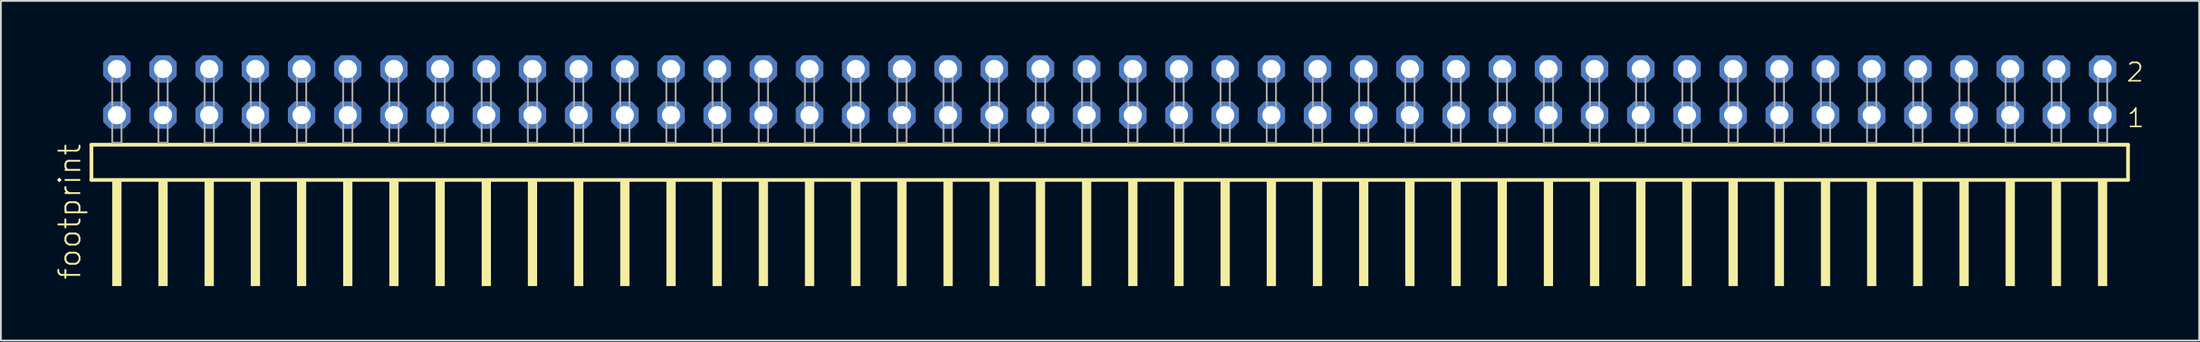
<source format=kicad_pcb>
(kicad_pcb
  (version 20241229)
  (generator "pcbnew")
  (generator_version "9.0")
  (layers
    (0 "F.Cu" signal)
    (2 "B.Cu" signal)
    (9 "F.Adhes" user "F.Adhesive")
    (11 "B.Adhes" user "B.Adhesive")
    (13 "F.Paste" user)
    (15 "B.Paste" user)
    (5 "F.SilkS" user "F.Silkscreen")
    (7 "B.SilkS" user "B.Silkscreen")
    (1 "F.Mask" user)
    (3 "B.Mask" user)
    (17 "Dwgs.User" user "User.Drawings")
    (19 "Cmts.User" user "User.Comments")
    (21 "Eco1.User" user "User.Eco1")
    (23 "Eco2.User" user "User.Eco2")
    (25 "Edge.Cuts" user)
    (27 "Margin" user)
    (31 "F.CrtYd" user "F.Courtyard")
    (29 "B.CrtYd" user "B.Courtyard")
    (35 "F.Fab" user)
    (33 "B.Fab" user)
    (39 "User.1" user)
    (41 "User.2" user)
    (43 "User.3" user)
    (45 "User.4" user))
  (footprint "footprint"
    (layer "F.Cu")
    (at 57.988 4.814)
    (property "Reference" "footprint" (at -56.515 7.62 90) (layer "F.SilkS") (effects (font (size 1.168 1.168) (thickness 0.102)) (justify left bottom)))
    (fp_line (start -56.009 0.106) (end -56.009 2.046) (stroke (width 0.203) (type solid)) (layer "F.SilkS"))
    (fp_line (start -56.009 2.046) (end 56.009 2.046) (stroke (width 0.203) (type solid)) (layer "F.SilkS"))
    (fp_line (start 56.009 0.106) (end -56.009 0.106) (stroke (width 0.203) (type solid)) (layer "F.SilkS"))
    (fp_line (start 56.009 2.046) (end 56.009 0.106) (stroke (width 0.203) (type solid)) (layer "F.SilkS"))
    (fp_poly (pts (xy -54.864 7.89) (xy -54.356 7.89) (xy -54.356 2.04) (xy -54.864 2.04)) (stroke (width 0) (type solid)) (fill yes) (layer "F.SilkS"))
    (fp_poly (pts (xy -52.324 7.89) (xy -51.816 7.89) (xy -51.816 2.04) (xy -52.324 2.04)) (stroke (width 0) (type solid)) (fill yes) (layer "F.SilkS"))
    (fp_poly (pts (xy -49.784 7.89) (xy -49.276 7.89) (xy -49.276 2.04) (xy -49.784 2.04)) (stroke (width 0) (type solid)) (fill yes) (layer "F.SilkS"))
    (fp_poly (pts (xy -47.244 7.89) (xy -46.736 7.89) (xy -46.736 2.04) (xy -47.244 2.04)) (stroke (width 0) (type solid)) (fill yes) (layer "F.SilkS"))
    (fp_poly (pts (xy -44.704 7.89) (xy -44.196 7.89) (xy -44.196 2.04) (xy -44.704 2.04)) (stroke (width 0) (type solid)) (fill yes) (layer "F.SilkS"))
    (fp_poly (pts (xy -42.164 7.89) (xy -41.656 7.89) (xy -41.656 2.04) (xy -42.164 2.04)) (stroke (width 0) (type solid)) (fill yes) (layer "F.SilkS"))
    (fp_poly (pts (xy -39.624 7.89) (xy -39.116 7.89) (xy -39.116 2.04) (xy -39.624 2.04)) (stroke (width 0) (type solid)) (fill yes) (layer "F.SilkS"))
    (fp_poly (pts (xy -37.084 7.89) (xy -36.576 7.89) (xy -36.576 2.04) (xy -37.084 2.04)) (stroke (width 0) (type solid)) (fill yes) (layer "F.SilkS"))
    (fp_poly (pts (xy -34.544 7.89) (xy -34.036 7.89) (xy -34.036 2.04) (xy -34.544 2.04)) (stroke (width 0) (type solid)) (fill yes) (layer "F.SilkS"))
    (fp_poly (pts (xy -32.004 7.89) (xy -31.496 7.89) (xy -31.496 2.04) (xy -32.004 2.04)) (stroke (width 0) (type solid)) (fill yes) (layer "F.SilkS"))
    (fp_poly (pts (xy -29.464 7.89) (xy -28.956 7.89) (xy -28.956 2.04) (xy -29.464 2.04)) (stroke (width 0) (type solid)) (fill yes) (layer "F.SilkS"))
    (fp_poly (pts (xy -26.924 7.89) (xy -26.416 7.89) (xy -26.416 2.04) (xy -26.924 2.04)) (stroke (width 0) (type solid)) (fill yes) (layer "F.SilkS"))
    (fp_poly (pts (xy -24.384 7.89) (xy -23.876 7.89) (xy -23.876 2.04) (xy -24.384 2.04)) (stroke (width 0) (type solid)) (fill yes) (layer "F.SilkS"))
    (fp_poly (pts (xy -21.844 7.89) (xy -21.336 7.89) (xy -21.336 2.04) (xy -21.844 2.04)) (stroke (width 0) (type solid)) (fill yes) (layer "F.SilkS"))
    (fp_poly (pts (xy -19.304 7.89) (xy -18.796 7.89) (xy -18.796 2.04) (xy -19.304 2.04)) (stroke (width 0) (type solid)) (fill yes) (layer "F.SilkS"))
    (fp_poly (pts (xy -16.764 7.89) (xy -16.256 7.89) (xy -16.256 2.04) (xy -16.764 2.04)) (stroke (width 0) (type solid)) (fill yes) (layer "F.SilkS"))
    (fp_poly (pts (xy -14.224 7.89) (xy -13.716 7.89) (xy -13.716 2.04) (xy -14.224 2.04)) (stroke (width 0) (type solid)) (fill yes) (layer "F.SilkS"))
    (fp_poly (pts (xy -11.684 7.89) (xy -11.176 7.89) (xy -11.176 2.04) (xy -11.684 2.04)) (stroke (width 0) (type solid)) (fill yes) (layer "F.SilkS"))
    (fp_poly (pts (xy -9.144 7.89) (xy -8.636 7.89) (xy -8.636 2.04) (xy -9.144 2.04)) (stroke (width 0) (type solid)) (fill yes) (layer "F.SilkS"))
    (fp_poly (pts (xy -6.604 7.89) (xy -6.096 7.89) (xy -6.096 2.04) (xy -6.604 2.04)) (stroke (width 0) (type solid)) (fill yes) (layer "F.SilkS"))
    (fp_poly (pts (xy -4.064 7.89) (xy -3.556 7.89) (xy -3.556 2.04) (xy -4.064 2.04)) (stroke (width 0) (type solid)) (fill yes) (layer "F.SilkS"))
    (fp_poly (pts (xy -1.524 7.89) (xy -1.016 7.89) (xy -1.016 2.04) (xy -1.524 2.04)) (stroke (width 0) (type solid)) (fill yes) (layer "F.SilkS"))
    (fp_poly (pts (xy 1.016 7.89) (xy 1.524 7.89) (xy 1.524 2.04) (xy 1.016 2.04)) (stroke (width 0) (type solid)) (fill yes) (layer "F.SilkS"))
    (fp_poly (pts (xy 3.556 7.89) (xy 4.064 7.89) (xy 4.064 2.04) (xy 3.556 2.04)) (stroke (width 0) (type solid)) (fill yes) (layer "F.SilkS"))
    (fp_poly (pts (xy 6.096 7.89) (xy 6.604 7.89) (xy 6.604 2.04) (xy 6.096 2.04)) (stroke (width 0) (type solid)) (fill yes) (layer "F.SilkS"))
    (fp_poly (pts (xy 8.636 7.89) (xy 9.144 7.89) (xy 9.144 2.04) (xy 8.636 2.04)) (stroke (width 0) (type solid)) (fill yes) (layer "F.SilkS"))
    (fp_poly (pts (xy 11.176 7.89) (xy 11.684 7.89) (xy 11.684 2.04) (xy 11.176 2.04)) (stroke (width 0) (type solid)) (fill yes) (layer "F.SilkS"))
    (fp_poly (pts (xy 13.716 7.89) (xy 14.224 7.89) (xy 14.224 2.04) (xy 13.716 2.04)) (stroke (width 0) (type solid)) (fill yes) (layer "F.SilkS"))
    (fp_poly (pts (xy 16.256 7.89) (xy 16.764 7.89) (xy 16.764 2.04) (xy 16.256 2.04)) (stroke (width 0) (type solid)) (fill yes) (layer "F.SilkS"))
    (fp_poly (pts (xy 18.796 7.89) (xy 19.304 7.89) (xy 19.304 2.04) (xy 18.796 2.04)) (stroke (width 0) (type solid)) (fill yes) (layer "F.SilkS"))
    (fp_poly (pts (xy 21.336 7.89) (xy 21.844 7.89) (xy 21.844 2.04) (xy 21.336 2.04)) (stroke (width 0) (type solid)) (fill yes) (layer "F.SilkS"))
    (fp_poly (pts (xy 23.876 7.89) (xy 24.384 7.89) (xy 24.384 2.04) (xy 23.876 2.04)) (stroke (width 0) (type solid)) (fill yes) (layer "F.SilkS"))
    (fp_poly (pts (xy 26.416 7.89) (xy 26.924 7.89) (xy 26.924 2.04) (xy 26.416 2.04)) (stroke (width 0) (type solid)) (fill yes) (layer "F.SilkS"))
    (fp_poly (pts (xy 28.956 7.89) (xy 29.464 7.89) (xy 29.464 2.04) (xy 28.956 2.04)) (stroke (width 0) (type solid)) (fill yes) (layer "F.SilkS"))
    (fp_poly (pts (xy 31.496 7.89) (xy 32.004 7.89) (xy 32.004 2.04) (xy 31.496 2.04)) (stroke (width 0) (type solid)) (fill yes) (layer "F.SilkS"))
    (fp_poly (pts (xy 34.036 7.89) (xy 34.544 7.89) (xy 34.544 2.04) (xy 34.036 2.04)) (stroke (width 0) (type solid)) (fill yes) (layer "F.SilkS"))
    (fp_poly (pts (xy 36.576 7.89) (xy 37.084 7.89) (xy 37.084 2.04) (xy 36.576 2.04)) (stroke (width 0) (type solid)) (fill yes) (layer "F.SilkS"))
    (fp_poly (pts (xy 39.116 7.89) (xy 39.624 7.89) (xy 39.624 2.04) (xy 39.116 2.04)) (stroke (width 0) (type solid)) (fill yes) (layer "F.SilkS"))
    (fp_poly (pts (xy 41.656 7.89) (xy 42.164 7.89) (xy 42.164 2.04) (xy 41.656 2.04)) (stroke (width 0) (type solid)) (fill yes) (layer "F.SilkS"))
    (fp_poly (pts (xy 44.196 7.89) (xy 44.704 7.89) (xy 44.704 2.04) (xy 44.196 2.04)) (stroke (width 0) (type solid)) (fill yes) (layer "F.SilkS"))
    (fp_poly (pts (xy 46.736 7.89) (xy 47.244 7.89) (xy 47.244 2.04) (xy 46.736 2.04)) (stroke (width 0) (type solid)) (fill yes) (layer "F.SilkS"))
    (fp_poly (pts (xy 49.276 7.89) (xy 49.784 7.89) (xy 49.784 2.04) (xy 49.276 2.04)) (stroke (width 0) (type solid)) (fill yes) (layer "F.SilkS"))
    (fp_poly (pts (xy 51.816 7.89) (xy 52.324 7.89) (xy 52.324 2.04) (xy 51.816 2.04)) (stroke (width 0) (type solid)) (fill yes) (layer "F.SilkS"))
    (fp_poly (pts (xy 54.356 7.89) (xy 54.864 7.89) (xy 54.864 2.04) (xy 54.356 2.04)) (stroke (width 0) (type solid)) (fill yes) (layer "F.SilkS"))
    (fp_poly (pts (xy -54.864 0) (xy -54.356 0) (xy -54.356 -4.318) (xy -54.864 -4.318)) (stroke (width 0.1) (type solid)) (fill no) (layer "F.Fab"))
    (fp_poly (pts (xy -52.324 0) (xy -51.816 0) (xy -51.816 -4.318) (xy -52.324 -4.318)) (stroke (width 0.1) (type solid)) (fill no) (layer "F.Fab"))
    (fp_poly (pts (xy -49.784 0) (xy -49.276 0) (xy -49.276 -4.318) (xy -49.784 -4.318)) (stroke (width 0.1) (type solid)) (fill no) (layer "F.Fab"))
    (fp_poly (pts (xy -47.244 0) (xy -46.736 0) (xy -46.736 -4.318) (xy -47.244 -4.318)) (stroke (width 0.1) (type solid)) (fill no) (layer "F.Fab"))
    (fp_poly (pts (xy -44.704 0) (xy -44.196 0) (xy -44.196 -4.318) (xy -44.704 -4.318)) (stroke (width 0.1) (type solid)) (fill no) (layer "F.Fab"))
    (fp_poly (pts (xy -42.164 0) (xy -41.656 0) (xy -41.656 -4.318) (xy -42.164 -4.318)) (stroke (width 0.1) (type solid)) (fill no) (layer "F.Fab"))
    (fp_poly (pts (xy -39.624 0) (xy -39.116 0) (xy -39.116 -4.318) (xy -39.624 -4.318)) (stroke (width 0.1) (type solid)) (fill no) (layer "F.Fab"))
    (fp_poly (pts (xy -37.084 0) (xy -36.576 0) (xy -36.576 -4.318) (xy -37.084 -4.318)) (stroke (width 0.1) (type solid)) (fill no) (layer "F.Fab"))
    (fp_poly (pts (xy -34.544 0) (xy -34.036 0) (xy -34.036 -4.318) (xy -34.544 -4.318)) (stroke (width 0.1) (type solid)) (fill no) (layer "F.Fab"))
    (fp_poly (pts (xy -32.004 0) (xy -31.496 0) (xy -31.496 -4.318) (xy -32.004 -4.318)) (stroke (width 0.1) (type solid)) (fill no) (layer "F.Fab"))
    (fp_poly (pts (xy -29.464 0) (xy -28.956 0) (xy -28.956 -4.318) (xy -29.464 -4.318)) (stroke (width 0.1) (type solid)) (fill no) (layer "F.Fab"))
    (fp_poly (pts (xy -26.924 0) (xy -26.416 0) (xy -26.416 -4.318) (xy -26.924 -4.318)) (stroke (width 0.1) (type solid)) (fill no) (layer "F.Fab"))
    (fp_poly (pts (xy -24.384 0) (xy -23.876 0) (xy -23.876 -4.318) (xy -24.384 -4.318)) (stroke (width 0.1) (type solid)) (fill no) (layer "F.Fab"))
    (fp_poly (pts (xy -21.844 0) (xy -21.336 0) (xy -21.336 -4.318) (xy -21.844 -4.318)) (stroke (width 0.1) (type solid)) (fill no) (layer "F.Fab"))
    (fp_poly (pts (xy -19.304 0) (xy -18.796 0) (xy -18.796 -4.318) (xy -19.304 -4.318)) (stroke (width 0.1) (type solid)) (fill no) (layer "F.Fab"))
    (fp_poly (pts (xy -16.764 0) (xy -16.256 0) (xy -16.256 -4.318) (xy -16.764 -4.318)) (stroke (width 0.1) (type solid)) (fill no) (layer "F.Fab"))
    (fp_poly (pts (xy -14.224 0) (xy -13.716 0) (xy -13.716 -4.318) (xy -14.224 -4.318)) (stroke (width 0.1) (type solid)) (fill no) (layer "F.Fab"))
    (fp_poly (pts (xy -11.684 0) (xy -11.176 0) (xy -11.176 -4.318) (xy -11.684 -4.318)) (stroke (width 0.1) (type solid)) (fill no) (layer "F.Fab"))
    (fp_poly (pts (xy -9.144 0) (xy -8.636 0) (xy -8.636 -4.318) (xy -9.144 -4.318)) (stroke (width 0.1) (type solid)) (fill no) (layer "F.Fab"))
    (fp_poly (pts (xy -6.604 0) (xy -6.096 0) (xy -6.096 -4.318) (xy -6.604 -4.318)) (stroke (width 0.1) (type solid)) (fill no) (layer "F.Fab"))
    (fp_poly (pts (xy -4.064 0) (xy -3.556 0) (xy -3.556 -4.318) (xy -4.064 -4.318)) (stroke (width 0.1) (type solid)) (fill no) (layer "F.Fab"))
    (fp_poly (pts (xy -1.524 0) (xy -1.016 0) (xy -1.016 -4.318) (xy -1.524 -4.318)) (stroke (width 0.1) (type solid)) (fill no) (layer "F.Fab"))
    (fp_poly (pts (xy 1.016 0) (xy 1.524 0) (xy 1.524 -4.318) (xy 1.016 -4.318)) (stroke (width 0.1) (type solid)) (fill no) (layer "F.Fab"))
    (fp_poly (pts (xy 3.556 0) (xy 4.064 0) (xy 4.064 -4.318) (xy 3.556 -4.318)) (stroke (width 0.1) (type solid)) (fill no) (layer "F.Fab"))
    (fp_poly (pts (xy 6.096 0) (xy 6.604 0) (xy 6.604 -4.318) (xy 6.096 -4.318)) (stroke (width 0.1) (type solid)) (fill no) (layer "F.Fab"))
    (fp_poly (pts (xy 8.636 0) (xy 9.144 0) (xy 9.144 -4.318) (xy 8.636 -4.318)) (stroke (width 0.1) (type solid)) (fill no) (layer "F.Fab"))
    (fp_poly (pts (xy 11.176 0) (xy 11.684 0) (xy 11.684 -4.318) (xy 11.176 -4.318)) (stroke (width 0.1) (type solid)) (fill no) (layer "F.Fab"))
    (fp_poly (pts (xy 13.716 0) (xy 14.224 0) (xy 14.224 -4.318) (xy 13.716 -4.318)) (stroke (width 0.1) (type solid)) (fill no) (layer "F.Fab"))
    (fp_poly (pts (xy 16.256 0) (xy 16.764 0) (xy 16.764 -4.318) (xy 16.256 -4.318)) (stroke (width 0.1) (type solid)) (fill no) (layer "F.Fab"))
    (fp_poly (pts (xy 18.796 0) (xy 19.304 0) (xy 19.304 -4.318) (xy 18.796 -4.318)) (stroke (width 0.1) (type solid)) (fill no) (layer "F.Fab"))
    (fp_poly (pts (xy 21.336 0) (xy 21.844 0) (xy 21.844 -4.318) (xy 21.336 -4.318)) (stroke (width 0.1) (type solid)) (fill no) (layer "F.Fab"))
    (fp_poly (pts (xy 23.876 0) (xy 24.384 0) (xy 24.384 -4.318) (xy 23.876 -4.318)) (stroke (width 0.1) (type solid)) (fill no) (layer "F.Fab"))
    (fp_poly (pts (xy 26.416 0) (xy 26.924 0) (xy 26.924 -4.318) (xy 26.416 -4.318)) (stroke (width 0.1) (type solid)) (fill no) (layer "F.Fab"))
    (fp_poly (pts (xy 28.956 0) (xy 29.464 0) (xy 29.464 -4.318) (xy 28.956 -4.318)) (stroke (width 0.1) (type solid)) (fill no) (layer "F.Fab"))
    (fp_poly (pts (xy 31.496 0) (xy 32.004 0) (xy 32.004 -4.318) (xy 31.496 -4.318)) (stroke (width 0.1) (type solid)) (fill no) (layer "F.Fab"))
    (fp_poly (pts (xy 34.036 0) (xy 34.544 0) (xy 34.544 -4.318) (xy 34.036 -4.318)) (stroke (width 0.1) (type solid)) (fill no) (layer "F.Fab"))
    (fp_poly (pts (xy 36.576 0) (xy 37.084 0) (xy 37.084 -4.318) (xy 36.576 -4.318)) (stroke (width 0.1) (type solid)) (fill no) (layer "F.Fab"))
    (fp_poly (pts (xy 39.116 0) (xy 39.624 0) (xy 39.624 -4.318) (xy 39.116 -4.318)) (stroke (width 0.1) (type solid)) (fill no) (layer "F.Fab"))
    (fp_poly (pts (xy 41.656 0) (xy 42.164 0) (xy 42.164 -4.318) (xy 41.656 -4.318)) (stroke (width 0.1) (type solid)) (fill no) (layer "F.Fab"))
    (fp_poly (pts (xy 44.196 0) (xy 44.704 0) (xy 44.704 -4.318) (xy 44.196 -4.318)) (stroke (width 0.1) (type solid)) (fill no) (layer "F.Fab"))
    (fp_poly (pts (xy 46.736 0) (xy 47.244 0) (xy 47.244 -4.318) (xy 46.736 -4.318)) (stroke (width 0.1) (type solid)) (fill no) (layer "F.Fab"))
    (fp_poly (pts (xy 49.276 0) (xy 49.784 0) (xy 49.784 -4.318) (xy 49.276 -4.318)) (stroke (width 0.1) (type solid)) (fill no) (layer "F.Fab"))
    (fp_poly (pts (xy 51.816 0) (xy 52.324 0) (xy 52.324 -4.318) (xy 51.816 -4.318)) (stroke (width 0.1) (type solid)) (fill no) (layer "F.Fab"))
    (fp_poly (pts (xy 54.356 0) (xy 54.864 0) (xy 54.864 -4.318) (xy 54.356 -4.318)) (stroke (width 0.1) (type solid)) (fill no) (layer "F.Fab"))
    (fp_text user "1" (at 55.895 -0.775 0) (layer "F.SilkS") (effects (font (size 1.012 1.012) (thickness 0.088)) (justify left bottom)))
    (fp_text user "2" (at 55.86 -3.29 0) (layer "F.SilkS") (effects (font (size 1.012 1.012) (thickness 0.088)) (justify left bottom)))
    (pad "1" thru_hole roundrect (at 54.61 -1.524 180) (size 1.5 1.5) (drill 1) (layers "*.Cu" "*.Mask") (roundrect_rratio 0.25) (chamfer_ratio 0.25) (chamfer top_left top_right bottom_left bottom_right))
    (pad "2" thru_hole roundrect (at 54.61 -4.064 180) (size 1.5 1.5) (drill 1) (layers "*.Cu" "*.Mask") (roundrect_rratio 0.25) (chamfer_ratio 0.25) (chamfer top_left top_right bottom_left bottom_right))
    (pad "3" thru_hole roundrect (at 52.07 -1.524 180) (size 1.5 1.5) (drill 1) (layers "*.Cu" "*.Mask") (roundrect_rratio 0.25) (chamfer_ratio 0.25) (chamfer top_left top_right bottom_left bottom_right))
    (pad "4" thru_hole roundrect (at 52.07 -4.064 180) (size 1.5 1.5) (drill 1) (layers "*.Cu" "*.Mask") (roundrect_rratio 0.25) (chamfer_ratio 0.25) (chamfer top_left top_right bottom_left bottom_right))
    (pad "5" thru_hole roundrect (at 49.53 -1.524 180) (size 1.5 1.5) (drill 1) (layers "*.Cu" "*.Mask") (roundrect_rratio 0.25) (chamfer_ratio 0.25) (chamfer top_left top_right bottom_left bottom_right))
    (pad "6" thru_hole roundrect (at 49.53 -4.064 180) (size 1.5 1.5) (drill 1) (layers "*.Cu" "*.Mask") (roundrect_rratio 0.25) (chamfer_ratio 0.25) (chamfer top_left top_right bottom_left bottom_right))
    (pad "7" thru_hole roundrect (at 46.99 -1.524 180) (size 1.5 1.5) (drill 1) (layers "*.Cu" "*.Mask") (roundrect_rratio 0.25) (chamfer_ratio 0.25) (chamfer top_left top_right bottom_left bottom_right))
    (pad "8" thru_hole roundrect (at 46.99 -4.064 180) (size 1.5 1.5) (drill 1) (layers "*.Cu" "*.Mask") (roundrect_rratio 0.25) (chamfer_ratio 0.25) (chamfer top_left top_right bottom_left bottom_right))
    (pad "9" thru_hole roundrect (at 44.45 -1.524 180) (size 1.5 1.5) (drill 1) (layers "*.Cu" "*.Mask") (roundrect_rratio 0.25) (chamfer_ratio 0.25) (chamfer top_left top_right bottom_left bottom_right))
    (pad "10" thru_hole roundrect (at 44.45 -4.064 180) (size 1.5 1.5) (drill 1) (layers "*.Cu" "*.Mask") (roundrect_rratio 0.25) (chamfer_ratio 0.25) (chamfer top_left top_right bottom_left bottom_right))
    (pad "11" thru_hole roundrect (at 41.91 -1.524 180) (size 1.5 1.5) (drill 1) (layers "*.Cu" "*.Mask") (roundrect_rratio 0.25) (chamfer_ratio 0.25) (chamfer top_left top_right bottom_left bottom_right))
    (pad "12" thru_hole roundrect (at 41.91 -4.064 180) (size 1.5 1.5) (drill 1) (layers "*.Cu" "*.Mask") (roundrect_rratio 0.25) (chamfer_ratio 0.25) (chamfer top_left top_right bottom_left bottom_right))
    (pad "13" thru_hole roundrect (at 39.37 -1.524 180) (size 1.5 1.5) (drill 1) (layers "*.Cu" "*.Mask") (roundrect_rratio 0.25) (chamfer_ratio 0.25) (chamfer top_left top_right bottom_left bottom_right))
    (pad "14" thru_hole roundrect (at 39.37 -4.064 180) (size 1.5 1.5) (drill 1) (layers "*.Cu" "*.Mask") (roundrect_rratio 0.25) (chamfer_ratio 0.25) (chamfer top_left top_right bottom_left bottom_right))
    (pad "15" thru_hole roundrect (at 36.83 -1.524 180) (size 1.5 1.5) (drill 1) (layers "*.Cu" "*.Mask") (roundrect_rratio 0.25) (chamfer_ratio 0.25) (chamfer top_left top_right bottom_left bottom_right))
    (pad "16" thru_hole roundrect (at 36.83 -4.064 180) (size 1.5 1.5) (drill 1) (layers "*.Cu" "*.Mask") (roundrect_rratio 0.25) (chamfer_ratio 0.25) (chamfer top_left top_right bottom_left bottom_right))
    (pad "17" thru_hole roundrect (at 34.29 -1.524 180) (size 1.5 1.5) (drill 1) (layers "*.Cu" "*.Mask") (roundrect_rratio 0.25) (chamfer_ratio 0.25) (chamfer top_left top_right bottom_left bottom_right))
    (pad "18" thru_hole roundrect (at 34.29 -4.064 180) (size 1.5 1.5) (drill 1) (layers "*.Cu" "*.Mask") (roundrect_rratio 0.25) (chamfer_ratio 0.25) (chamfer top_left top_right bottom_left bottom_right))
    (pad "19" thru_hole roundrect (at 31.75 -1.524 180) (size 1.5 1.5) (drill 1) (layers "*.Cu" "*.Mask") (roundrect_rratio 0.25) (chamfer_ratio 0.25) (chamfer top_left top_right bottom_left bottom_right))
    (pad "20" thru_hole roundrect (at 31.75 -4.064 180) (size 1.5 1.5) (drill 1) (layers "*.Cu" "*.Mask") (roundrect_rratio 0.25) (chamfer_ratio 0.25) (chamfer top_left top_right bottom_left bottom_right))
    (pad "21" thru_hole roundrect (at 29.21 -1.524 180) (size 1.5 1.5) (drill 1) (layers "*.Cu" "*.Mask") (roundrect_rratio 0.25) (chamfer_ratio 0.25) (chamfer top_left top_right bottom_left bottom_right))
    (pad "22" thru_hole roundrect (at 29.21 -4.064 180) (size 1.5 1.5) (drill 1) (layers "*.Cu" "*.Mask") (roundrect_rratio 0.25) (chamfer_ratio 0.25) (chamfer top_left top_right bottom_left bottom_right))
    (pad "23" thru_hole roundrect (at 26.67 -1.524 180) (size 1.5 1.5) (drill 1) (layers "*.Cu" "*.Mask") (roundrect_rratio 0.25) (chamfer_ratio 0.25) (chamfer top_left top_right bottom_left bottom_right))
    (pad "24" thru_hole roundrect (at 26.67 -4.064 180) (size 1.5 1.5) (drill 1) (layers "*.Cu" "*.Mask") (roundrect_rratio 0.25) (chamfer_ratio 0.25) (chamfer top_left top_right bottom_left bottom_right))
    (pad "25" thru_hole roundrect (at 24.13 -1.524 180) (size 1.5 1.5) (drill 1) (layers "*.Cu" "*.Mask") (roundrect_rratio 0.25) (chamfer_ratio 0.25) (chamfer top_left top_right bottom_left bottom_right))
    (pad "26" thru_hole roundrect (at 24.13 -4.064 180) (size 1.5 1.5) (drill 1) (layers "*.Cu" "*.Mask") (roundrect_rratio 0.25) (chamfer_ratio 0.25) (chamfer top_left top_right bottom_left bottom_right))
    (pad "27" thru_hole roundrect (at 21.59 -1.524 180) (size 1.5 1.5) (drill 1) (layers "*.Cu" "*.Mask") (roundrect_rratio 0.25) (chamfer_ratio 0.25) (chamfer top_left top_right bottom_left bottom_right))
    (pad "28" thru_hole roundrect (at 21.59 -4.064 180) (size 1.5 1.5) (drill 1) (layers "*.Cu" "*.Mask") (roundrect_rratio 0.25) (chamfer_ratio 0.25) (chamfer top_left top_right bottom_left bottom_right))
    (pad "29" thru_hole roundrect (at 19.05 -1.524 180) (size 1.5 1.5) (drill 1) (layers "*.Cu" "*.Mask") (roundrect_rratio 0.25) (chamfer_ratio 0.25) (chamfer top_left top_right bottom_left bottom_right))
    (pad "30" thru_hole roundrect (at 19.05 -4.064 180) (size 1.5 1.5) (drill 1) (layers "*.Cu" "*.Mask") (roundrect_rratio 0.25) (chamfer_ratio 0.25) (chamfer top_left top_right bottom_left bottom_right))
    (pad "31" thru_hole roundrect (at 16.51 -1.524 180) (size 1.5 1.5) (drill 1) (layers "*.Cu" "*.Mask") (roundrect_rratio 0.25) (chamfer_ratio 0.25) (chamfer top_left top_right bottom_left bottom_right))
    (pad "32" thru_hole roundrect (at 16.51 -4.064 180) (size 1.5 1.5) (drill 1) (layers "*.Cu" "*.Mask") (roundrect_rratio 0.25) (chamfer_ratio 0.25) (chamfer top_left top_right bottom_left bottom_right))
    (pad "33" thru_hole roundrect (at 13.97 -1.524 180) (size 1.5 1.5) (drill 1) (layers "*.Cu" "*.Mask") (roundrect_rratio 0.25) (chamfer_ratio 0.25) (chamfer top_left top_right bottom_left bottom_right))
    (pad "34" thru_hole roundrect (at 13.97 -4.064 180) (size 1.5 1.5) (drill 1) (layers "*.Cu" "*.Mask") (roundrect_rratio 0.25) (chamfer_ratio 0.25) (chamfer top_left top_right bottom_left bottom_right))
    (pad "35" thru_hole roundrect (at 11.43 -1.524 180) (size 1.5 1.5) (drill 1) (layers "*.Cu" "*.Mask") (roundrect_rratio 0.25) (chamfer_ratio 0.25) (chamfer top_left top_right bottom_left bottom_right))
    (pad "36" thru_hole roundrect (at 11.43 -4.064 180) (size 1.5 1.5) (drill 1) (layers "*.Cu" "*.Mask") (roundrect_rratio 0.25) (chamfer_ratio 0.25) (chamfer top_left top_right bottom_left bottom_right))
    (pad "37" thru_hole roundrect (at 8.89 -1.524 180) (size 1.5 1.5) (drill 1) (layers "*.Cu" "*.Mask") (roundrect_rratio 0.25) (chamfer_ratio 0.25) (chamfer top_left top_right bottom_left bottom_right))
    (pad "38" thru_hole roundrect (at 8.89 -4.064 180) (size 1.5 1.5) (drill 1) (layers "*.Cu" "*.Mask") (roundrect_rratio 0.25) (chamfer_ratio 0.25) (chamfer top_left top_right bottom_left bottom_right))
    (pad "39" thru_hole roundrect (at 6.35 -1.524 180) (size 1.5 1.5) (drill 1) (layers "*.Cu" "*.Mask") (roundrect_rratio 0.25) (chamfer_ratio 0.25) (chamfer top_left top_right bottom_left bottom_right))
    (pad "40" thru_hole roundrect (at 6.35 -4.064 180) (size 1.5 1.5) (drill 1) (layers "*.Cu" "*.Mask") (roundrect_rratio 0.25) (chamfer_ratio 0.25) (chamfer top_left top_right bottom_left bottom_right))
    (pad "41" thru_hole roundrect (at 3.81 -1.524 180) (size 1.5 1.5) (drill 1) (layers "*.Cu" "*.Mask") (roundrect_rratio 0.25) (chamfer_ratio 0.25) (chamfer top_left top_right bottom_left bottom_right))
    (pad "42" thru_hole roundrect (at 3.81 -4.064 180) (size 1.5 1.5) (drill 1) (layers "*.Cu" "*.Mask") (roundrect_rratio 0.25) (chamfer_ratio 0.25) (chamfer top_left top_right bottom_left bottom_right))
    (pad "43" thru_hole roundrect (at 1.27 -1.524 180) (size 1.5 1.5) (drill 1) (layers "*.Cu" "*.Mask") (roundrect_rratio 0.25) (chamfer_ratio 0.25) (chamfer top_left top_right bottom_left bottom_right))
    (pad "44" thru_hole roundrect (at 1.27 -4.064 180) (size 1.5 1.5) (drill 1) (layers "*.Cu" "*.Mask") (roundrect_rratio 0.25) (chamfer_ratio 0.25) (chamfer top_left top_right bottom_left bottom_right))
    (pad "45" thru_hole roundrect (at -1.27 -1.524 180) (size 1.5 1.5) (drill 1) (layers "*.Cu" "*.Mask") (roundrect_rratio 0.25) (chamfer_ratio 0.25) (chamfer top_left top_right bottom_left bottom_right))
    (pad "46" thru_hole roundrect (at -1.27 -4.064 180) (size 1.5 1.5) (drill 1) (layers "*.Cu" "*.Mask") (roundrect_rratio 0.25) (chamfer_ratio 0.25) (chamfer top_left top_right bottom_left bottom_right))
    (pad "47" thru_hole roundrect (at -3.81 -1.524 180) (size 1.5 1.5) (drill 1) (layers "*.Cu" "*.Mask") (roundrect_rratio 0.25) (chamfer_ratio 0.25) (chamfer top_left top_right bottom_left bottom_right))
    (pad "48" thru_hole roundrect (at -3.81 -4.064 180) (size 1.5 1.5) (drill 1) (layers "*.Cu" "*.Mask") (roundrect_rratio 0.25) (chamfer_ratio 0.25) (chamfer top_left top_right bottom_left bottom_right))
    (pad "49" thru_hole roundrect (at -6.35 -1.524 180) (size 1.5 1.5) (drill 1) (layers "*.Cu" "*.Mask") (roundrect_rratio 0.25) (chamfer_ratio 0.25) (chamfer top_left top_right bottom_left bottom_right))
    (pad "50" thru_hole roundrect (at -6.35 -4.064 180) (size 1.5 1.5) (drill 1) (layers "*.Cu" "*.Mask") (roundrect_rratio 0.25) (chamfer_ratio 0.25) (chamfer top_left top_right bottom_left bottom_right))
    (pad "51" thru_hole roundrect (at -8.89 -1.524 180) (size 1.5 1.5) (drill 1) (layers "*.Cu" "*.Mask") (roundrect_rratio 0.25) (chamfer_ratio 0.25) (chamfer top_left top_right bottom_left bottom_right))
    (pad "52" thru_hole roundrect (at -8.89 -4.064 180) (size 1.5 1.5) (drill 1) (layers "*.Cu" "*.Mask") (roundrect_rratio 0.25) (chamfer_ratio 0.25) (chamfer top_left top_right bottom_left bottom_right))
    (pad "53" thru_hole roundrect (at -11.43 -1.524 180) (size 1.5 1.5) (drill 1) (layers "*.Cu" "*.Mask") (roundrect_rratio 0.25) (chamfer_ratio 0.25) (chamfer top_left top_right bottom_left bottom_right))
    (pad "54" thru_hole roundrect (at -11.43 -4.064 180) (size 1.5 1.5) (drill 1) (layers "*.Cu" "*.Mask") (roundrect_rratio 0.25) (chamfer_ratio 0.25) (chamfer top_left top_right bottom_left bottom_right))
    (pad "55" thru_hole roundrect (at -13.97 -1.524 180) (size 1.5 1.5) (drill 1) (layers "*.Cu" "*.Mask") (roundrect_rratio 0.25) (chamfer_ratio 0.25) (chamfer top_left top_right bottom_left bottom_right))
    (pad "56" thru_hole roundrect (at -13.97 -4.064 180) (size 1.5 1.5) (drill 1) (layers "*.Cu" "*.Mask") (roundrect_rratio 0.25) (chamfer_ratio 0.25) (chamfer top_left top_right bottom_left bottom_right))
    (pad "57" thru_hole roundrect (at -16.51 -1.524 180) (size 1.5 1.5) (drill 1) (layers "*.Cu" "*.Mask") (roundrect_rratio 0.25) (chamfer_ratio 0.25) (chamfer top_left top_right bottom_left bottom_right))
    (pad "58" thru_hole roundrect (at -16.51 -4.064 180) (size 1.5 1.5) (drill 1) (layers "*.Cu" "*.Mask") (roundrect_rratio 0.25) (chamfer_ratio 0.25) (chamfer top_left top_right bottom_left bottom_right))
    (pad "59" thru_hole roundrect (at -19.05 -1.524 180) (size 1.5 1.5) (drill 1) (layers "*.Cu" "*.Mask") (roundrect_rratio 0.25) (chamfer_ratio 0.25) (chamfer top_left top_right bottom_left bottom_right))
    (pad "60" thru_hole roundrect (at -19.05 -4.064 180) (size 1.5 1.5) (drill 1) (layers "*.Cu" "*.Mask") (roundrect_rratio 0.25) (chamfer_ratio 0.25) (chamfer top_left top_right bottom_left bottom_right))
    (pad "61" thru_hole roundrect (at -21.59 -1.524 180) (size 1.5 1.5) (drill 1) (layers "*.Cu" "*.Mask") (roundrect_rratio 0.25) (chamfer_ratio 0.25) (chamfer top_left top_right bottom_left bottom_right))
    (pad "62" thru_hole roundrect (at -21.59 -4.064 180) (size 1.5 1.5) (drill 1) (layers "*.Cu" "*.Mask") (roundrect_rratio 0.25) (chamfer_ratio 0.25) (chamfer top_left top_right bottom_left bottom_right))
    (pad "63" thru_hole roundrect (at -24.13 -1.524 180) (size 1.5 1.5) (drill 1) (layers "*.Cu" "*.Mask") (roundrect_rratio 0.25) (chamfer_ratio 0.25) (chamfer top_left top_right bottom_left bottom_right))
    (pad "64" thru_hole roundrect (at -24.13 -4.064 180) (size 1.5 1.5) (drill 1) (layers "*.Cu" "*.Mask") (roundrect_rratio 0.25) (chamfer_ratio 0.25) (chamfer top_left top_right bottom_left bottom_right))
    (pad "65" thru_hole roundrect (at -26.67 -1.524 180) (size 1.5 1.5) (drill 1) (layers "*.Cu" "*.Mask") (roundrect_rratio 0.25) (chamfer_ratio 0.25) (chamfer top_left top_right bottom_left bottom_right))
    (pad "66" thru_hole roundrect (at -26.67 -4.064 180) (size 1.5 1.5) (drill 1) (layers "*.Cu" "*.Mask") (roundrect_rratio 0.25) (chamfer_ratio 0.25) (chamfer top_left top_right bottom_left bottom_right))
    (pad "67" thru_hole roundrect (at -29.21 -1.524 180) (size 1.5 1.5) (drill 1) (layers "*.Cu" "*.Mask") (roundrect_rratio 0.25) (chamfer_ratio 0.25) (chamfer top_left top_right bottom_left bottom_right))
    (pad "68" thru_hole roundrect (at -29.21 -4.064 180) (size 1.5 1.5) (drill 1) (layers "*.Cu" "*.Mask") (roundrect_rratio 0.25) (chamfer_ratio 0.25) (chamfer top_left top_right bottom_left bottom_right))
    (pad "69" thru_hole roundrect (at -31.75 -1.524 180) (size 1.5 1.5) (drill 1) (layers "*.Cu" "*.Mask") (roundrect_rratio 0.25) (chamfer_ratio 0.25) (chamfer top_left top_right bottom_left bottom_right))
    (pad "70" thru_hole roundrect (at -31.75 -4.064 180) (size 1.5 1.5) (drill 1) (layers "*.Cu" "*.Mask") (roundrect_rratio 0.25) (chamfer_ratio 0.25) (chamfer top_left top_right bottom_left bottom_right))
    (pad "71" thru_hole roundrect (at -34.29 -1.524 180) (size 1.5 1.5) (drill 1) (layers "*.Cu" "*.Mask") (roundrect_rratio 0.25) (chamfer_ratio 0.25) (chamfer top_left top_right bottom_left bottom_right))
    (pad "72" thru_hole roundrect (at -34.29 -4.064 180) (size 1.5 1.5) (drill 1) (layers "*.Cu" "*.Mask") (roundrect_rratio 0.25) (chamfer_ratio 0.25) (chamfer top_left top_right bottom_left bottom_right))
    (pad "73" thru_hole roundrect (at -36.83 -1.524 180) (size 1.5 1.5) (drill 1) (layers "*.Cu" "*.Mask") (roundrect_rratio 0.25) (chamfer_ratio 0.25) (chamfer top_left top_right bottom_left bottom_right))
    (pad "74" thru_hole roundrect (at -36.83 -4.064 180) (size 1.5 1.5) (drill 1) (layers "*.Cu" "*.Mask") (roundrect_rratio 0.25) (chamfer_ratio 0.25) (chamfer top_left top_right bottom_left bottom_right))
    (pad "75" thru_hole roundrect (at -39.37 -1.524 180) (size 1.5 1.5) (drill 1) (layers "*.Cu" "*.Mask") (roundrect_rratio 0.25) (chamfer_ratio 0.25) (chamfer top_left top_right bottom_left bottom_right))
    (pad "76" thru_hole roundrect (at -39.37 -4.064 180) (size 1.5 1.5) (drill 1) (layers "*.Cu" "*.Mask") (roundrect_rratio 0.25) (chamfer_ratio 0.25) (chamfer top_left top_right bottom_left bottom_right))
    (pad "77" thru_hole roundrect (at -41.91 -1.524 180) (size 1.5 1.5) (drill 1) (layers "*.Cu" "*.Mask") (roundrect_rratio 0.25) (chamfer_ratio 0.25) (chamfer top_left top_right bottom_left bottom_right))
    (pad "78" thru_hole roundrect (at -41.91 -4.064 180) (size 1.5 1.5) (drill 1) (layers "*.Cu" "*.Mask") (roundrect_rratio 0.25) (chamfer_ratio 0.25) (chamfer top_left top_right bottom_left bottom_right))
    (pad "79" thru_hole roundrect (at -44.45 -1.524 180) (size 1.5 1.5) (drill 1) (layers "*.Cu" "*.Mask") (roundrect_rratio 0.25) (chamfer_ratio 0.25) (chamfer top_left top_right bottom_left bottom_right))
    (pad "80" thru_hole roundrect (at -44.45 -4.064 180) (size 1.5 1.5) (drill 1) (layers "*.Cu" "*.Mask") (roundrect_rratio 0.25) (chamfer_ratio 0.25) (chamfer top_left top_right bottom_left bottom_right))
    (pad "81" thru_hole roundrect (at -46.99 -1.524 180) (size 1.5 1.5) (drill 1) (layers "*.Cu" "*.Mask") (roundrect_rratio 0.25) (chamfer_ratio 0.25) (chamfer top_left top_right bottom_left bottom_right))
    (pad "82" thru_hole roundrect (at -46.99 -4.064 180) (size 1.5 1.5) (drill 1) (layers "*.Cu" "*.Mask") (roundrect_rratio 0.25) (chamfer_ratio 0.25) (chamfer top_left top_right bottom_left bottom_right))
    (pad "83" thru_hole roundrect (at -49.53 -1.524 180) (size 1.5 1.5) (drill 1) (layers "*.Cu" "*.Mask") (roundrect_rratio 0.25) (chamfer_ratio 0.25) (chamfer top_left top_right bottom_left bottom_right))
    (pad "84" thru_hole roundrect (at -49.53 -4.064 180) (size 1.5 1.5) (drill 1) (layers "*.Cu" "*.Mask") (roundrect_rratio 0.25) (chamfer_ratio 0.25) (chamfer top_left top_right bottom_left bottom_right))
    (pad "85" thru_hole roundrect (at -52.07 -1.524 180) (size 1.5 1.5) (drill 1) (layers "*.Cu" "*.Mask") (roundrect_rratio 0.25) (chamfer_ratio 0.25) (chamfer top_left top_right bottom_left bottom_right))
    (pad "86" thru_hole roundrect (at -52.07 -4.064 180) (size 1.5 1.5) (drill 1) (layers "*.Cu" "*.Mask") (roundrect_rratio 0.25) (chamfer_ratio 0.25) (chamfer top_left top_right bottom_left bottom_right))
    (pad "87" thru_hole roundrect (at -54.61 -1.524 180) (size 1.5 1.5) (drill 1) (layers "*.Cu" "*.Mask") (roundrect_rratio 0.25) (chamfer_ratio 0.25) (chamfer top_left top_right bottom_left bottom_right))
    (pad "88" thru_hole roundrect (at -54.61 -4.064 180) (size 1.5 1.5) (drill 1) (layers "*.Cu" "*.Mask") (roundrect_rratio 0.25) (chamfer_ratio 0.25) (chamfer top_left top_right bottom_left bottom_right)))
  (gr_rect
    (start -3 -3)
    (end 117.909 15.704)
    (stroke (width 0.1) (type default))
    (fill no)
    (layer "Edge.Cuts")))
</source>
